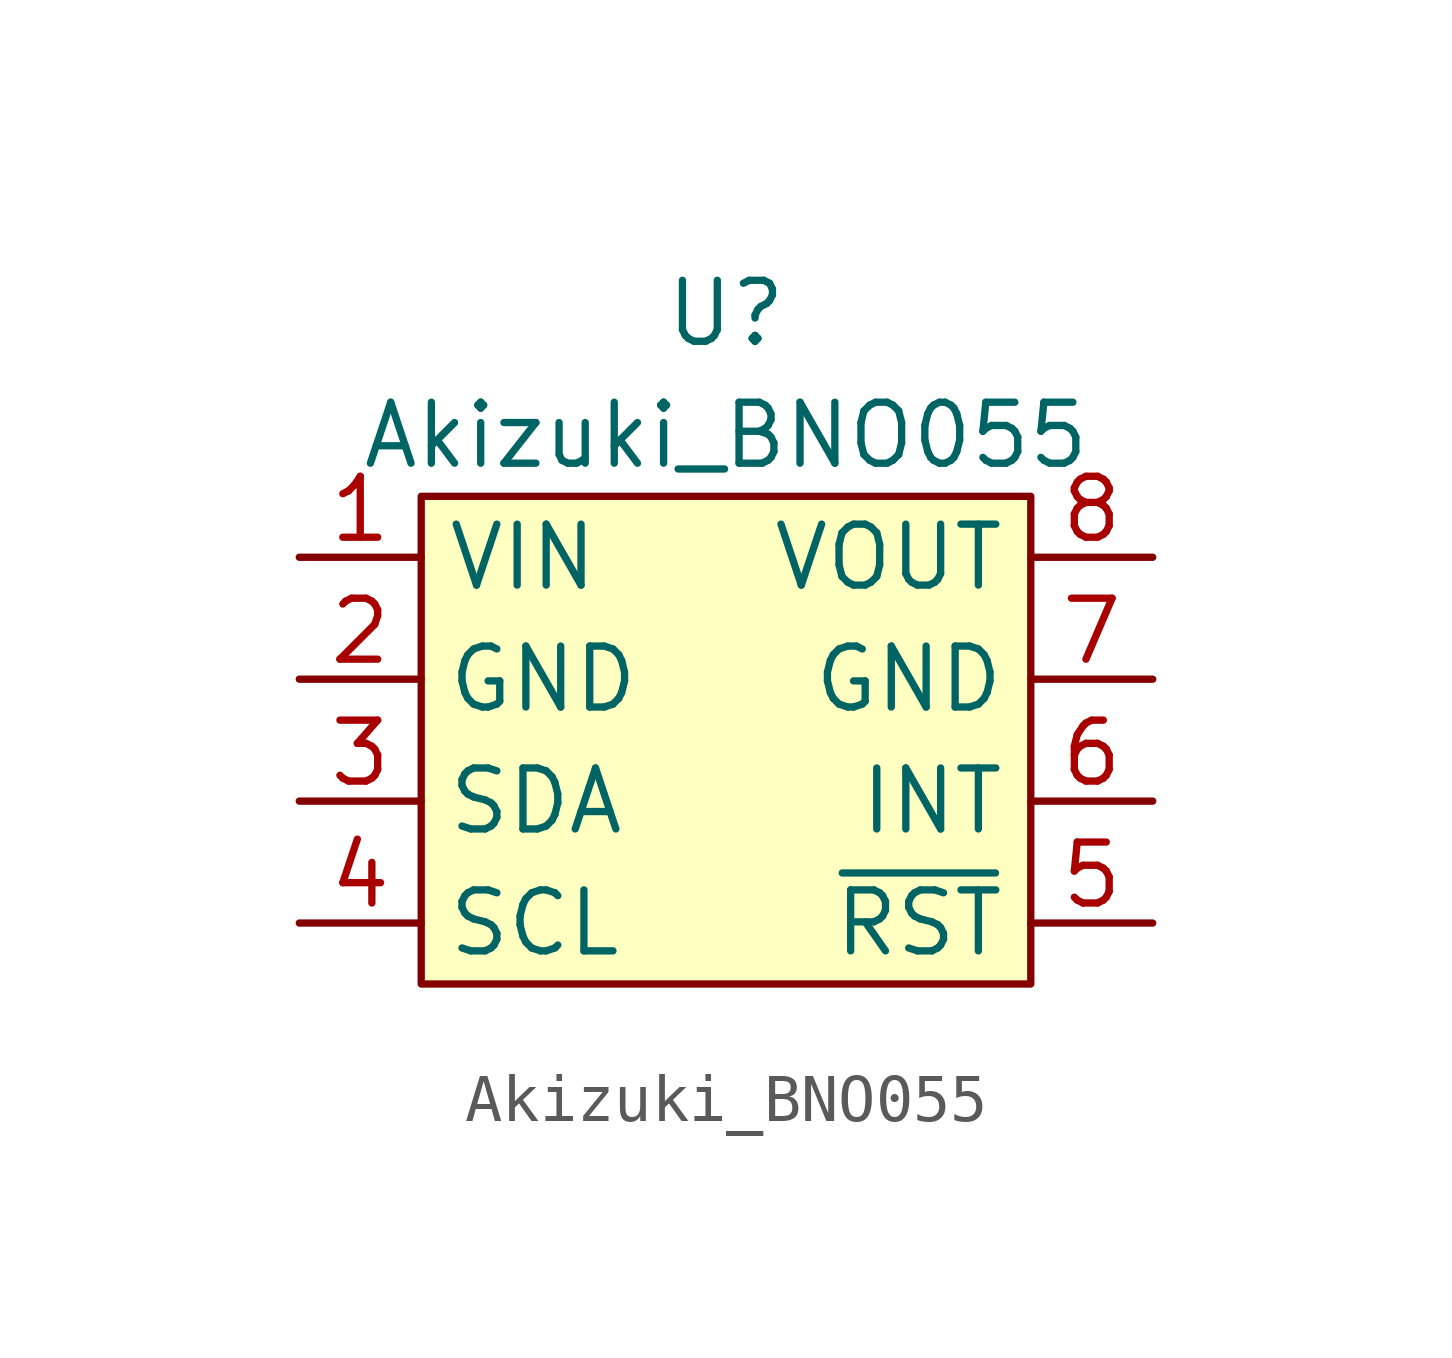
<source format=kicad_sym>
(kicad_symbol_lib
  (version 20211014)
  (generator kicad_symbol_editor)
  (symbol "Akizuki_BNO055"
    (property "Reference" "U"
      (at 0 8.89 0)
      (effects (font (size 1.27 1.27))))
    (property "Value" "Akizuki_BNO055"
      (at 0 6.35 0)
      (effects (font (size 1.27 1.27))))
    (symbol "Akizuki_BNO055_0_1"
      (rectangle (start -6.35 5.08) (end 6.35 -5.08) (stroke (width 0.152) (type default) (color 0 0 0 0)) (fill (type background))))
    (symbol "Akizuki_BNO055_1_1"
      (pin passive line (at -8.89 3.81 0) (length 2.54) (name "VIN" (effects (font (size 1.27 1.27)))) (number "1" (effects (font (size 1.27 1.27)))))
      (pin passive line (at -8.89 1.27 0) (length 2.54) (name "GND" (effects (font (size 1.27 1.27)))) (number "2" (effects (font (size 1.27 1.27)))))
      (pin passive line (at -8.89 -1.27 0) (length 2.54) (name "SDA" (effects (font (size 1.27 1.27)))) (number "3" (effects (font (size 1.27 1.27)))))
      (pin passive line (at -8.89 -3.81 0) (length 2.54) (name "SCL" (effects (font (size 1.27 1.27)))) (number "4" (effects (font (size 1.27 1.27)))))
      (pin passive line (at 8.89 -3.81 180) (length 2.54) (name "~{RST}" (effects (font (size 1.27 1.27)))) (number "5" (effects (font (size 1.27 1.27)))))
      (pin passive line (at 8.89 -1.27 180) (length 2.54) (name "INT" (effects (font (size 1.27 1.27)))) (number "6" (effects (font (size 1.27 1.27)))))
      (pin passive line (at 8.89 1.27 180) (length 2.54) (name "GND" (effects (font (size 1.27 1.27)))) (number "7" (effects (font (size 1.27 1.27)))))
      (pin passive line (at 8.89 3.81 180) (length 2.54) (name "VOUT" (effects (font (size 1.27 1.27)))) (number "8" (effects (font (size 1.27 1.27))))))))
</source>
